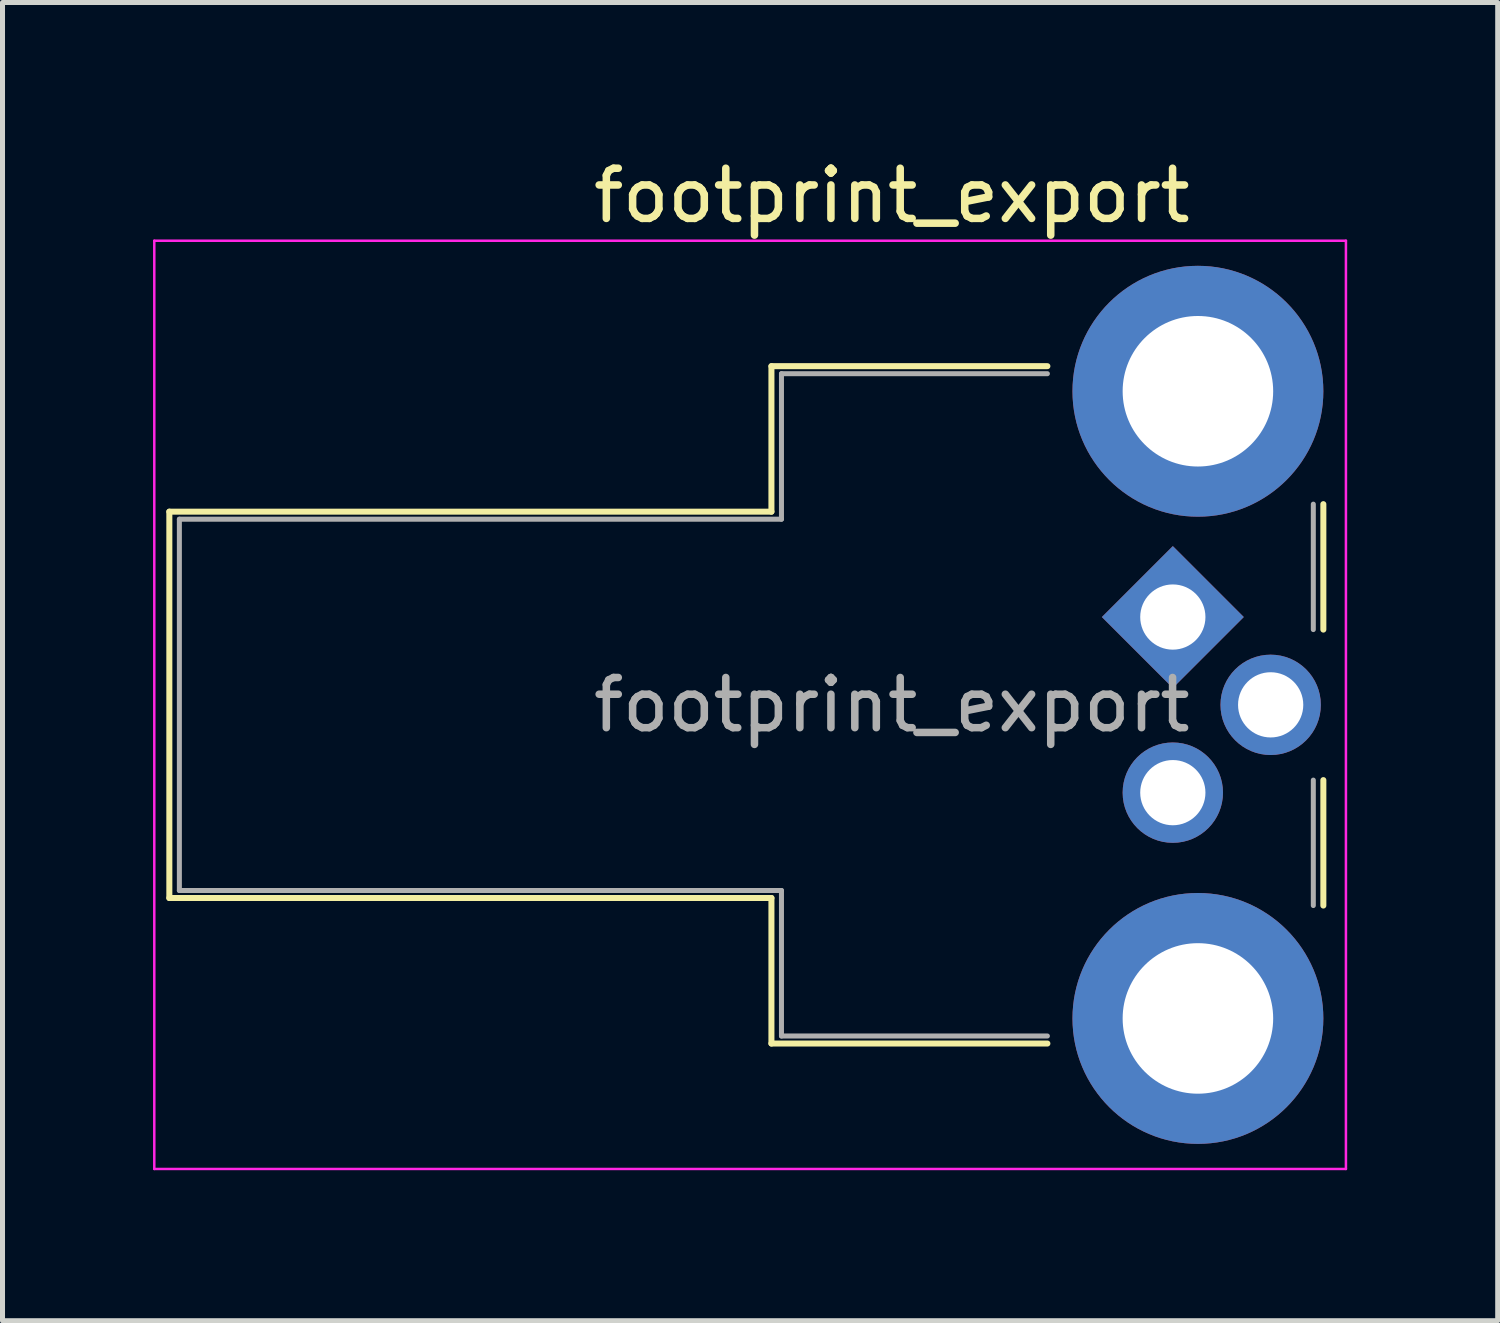
<source format=kicad_pcb>
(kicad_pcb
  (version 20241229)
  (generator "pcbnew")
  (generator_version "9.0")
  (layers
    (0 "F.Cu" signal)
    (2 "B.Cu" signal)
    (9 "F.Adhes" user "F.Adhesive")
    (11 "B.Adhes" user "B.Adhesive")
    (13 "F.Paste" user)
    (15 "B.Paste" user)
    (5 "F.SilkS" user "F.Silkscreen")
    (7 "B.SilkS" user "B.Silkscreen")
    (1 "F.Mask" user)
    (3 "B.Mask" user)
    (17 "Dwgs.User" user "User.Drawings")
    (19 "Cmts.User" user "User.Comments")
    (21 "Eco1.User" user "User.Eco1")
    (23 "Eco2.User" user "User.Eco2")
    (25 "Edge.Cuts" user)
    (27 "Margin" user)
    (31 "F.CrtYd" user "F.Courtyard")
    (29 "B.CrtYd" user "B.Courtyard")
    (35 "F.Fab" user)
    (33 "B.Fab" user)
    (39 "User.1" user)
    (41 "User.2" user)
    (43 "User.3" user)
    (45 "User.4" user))
  (footprint "footprint_export"
    (layer "F.Cu")
    (at 20.325 9.248)
    (property "Reference" "footprint_export" (at -5.6 -8.4 180) (layer "F.SilkS") (effects (font (size 1 1) (thickness 0.15))))
    (attr through_hole)
    (fp_line (start -20 -2.1) (end -8 -2.1) (stroke (width 0.12) (type solid)) (layer "F.SilkS"))
    (fp_line (start -20 5.6) (end -20 -2.1) (stroke (width 0.12) (type solid)) (layer "F.SilkS"))
    (fp_line (start -20 5.6) (end -8 5.6) (stroke (width 0.12) (type solid)) (layer "F.SilkS"))
    (fp_line (start -8 -5) (end -2.5 -5) (stroke (width 0.12) (type solid)) (layer "F.SilkS"))
    (fp_line (start -8 -2.1) (end -8 -5) (stroke (width 0.12) (type solid)) (layer "F.SilkS"))
    (fp_line (start -8 5.6) (end -8 8.5) (stroke (width 0.12) (type solid)) (layer "F.SilkS"))
    (fp_line (start -8 8.5) (end -2.5 8.5) (stroke (width 0.12) (type solid)) (layer "F.SilkS"))
    (fp_line (start 3 0.25) (end 3 -2.25) (stroke (width 0.12) (type solid)) (layer "F.SilkS"))
    (fp_line (start 3 5.75) (end 3 3.25) (stroke (width 0.12) (type solid)) (layer "F.SilkS"))
    (fp_line (start -20.3 -7.5) (end -20.3 11) (stroke (width 0.05) (type solid)) (layer "F.CrtYd"))
    (fp_line (start -20.3 11) (end 3.45 11) (stroke (width 0.05) (type solid)) (layer "F.CrtYd"))
    (fp_line (start 3.45 -7.5) (end -20.3 -7.5) (stroke (width 0.05) (type solid)) (layer "F.CrtYd"))
    (fp_line (start 3.45 11) (end 3.45 -7.5) (stroke (width 0.05) (type solid)) (layer "F.CrtYd"))
    (fp_line (start -19.8 -1.95) (end -7.8 -1.95) (stroke (width 0.1) (type solid)) (layer "F.Fab"))
    (fp_line (start -19.8 5.45) (end -19.8 -1.95) (stroke (width 0.1) (type solid)) (layer "F.Fab"))
    (fp_line (start -19.8 5.45) (end -7.8 5.45) (stroke (width 0.1) (type solid)) (layer "F.Fab"))
    (fp_line (start -7.8 -4.85) (end -2.5 -4.85) (stroke (width 0.1) (type solid)) (layer "F.Fab"))
    (fp_line (start -7.8 -1.95) (end -7.8 -4.85) (stroke (width 0.1) (type solid)) (layer "F.Fab"))
    (fp_line (start -7.8 5.45) (end -7.8 8.35) (stroke (width 0.1) (type solid)) (layer "F.Fab"))
    (fp_line (start -7.8 8.35) (end -2.5 8.35) (stroke (width 0.1) (type solid)) (layer "F.Fab"))
    (fp_line (start 2.8 0.25) (end 2.8 -2.25) (stroke (width 0.1) (type solid)) (layer "F.Fab"))
    (fp_line (start 2.8 5.75) (end 2.8 3.25) (stroke (width 0.1) (type solid)) (layer "F.Fab"))
    (fp_text user "${REFERENCE}" (at -5.6 1.75 180) (layer "F.Fab") (effects (font (size 1 1) (thickness 0.15))))
    (pad "1" thru_hole rect (at 0 0 135) (size 2 2) (drill 1.3) (layers "*.Cu" "*.Mask"))
    (pad "2" thru_hole circle (at 1.95 1.75 90) (size 2 2) (drill 1.3) (layers "*.Cu" "*.Mask"))
    (pad "3" thru_hole circle (at 0 3.5 90) (size 2 2) (drill 1.3) (layers "*.Cu" "*.Mask"))
    (pad "SH" thru_hole circle (at 0.5 -4.5 90) (size 5 5) (drill 3) (layers "*.Cu" "*.Mask"))
    (pad "SH" thru_hole circle (at 0.5 8 90) (size 5 5) (drill 3) (layers "*.Cu" "*.Mask")))
  (gr_rect
    (start -3 -3)
    (end 26.8 23.273)
    (stroke (width 0.1) (type default))
    (fill no)
    (layer "Edge.Cuts")))
</source>
